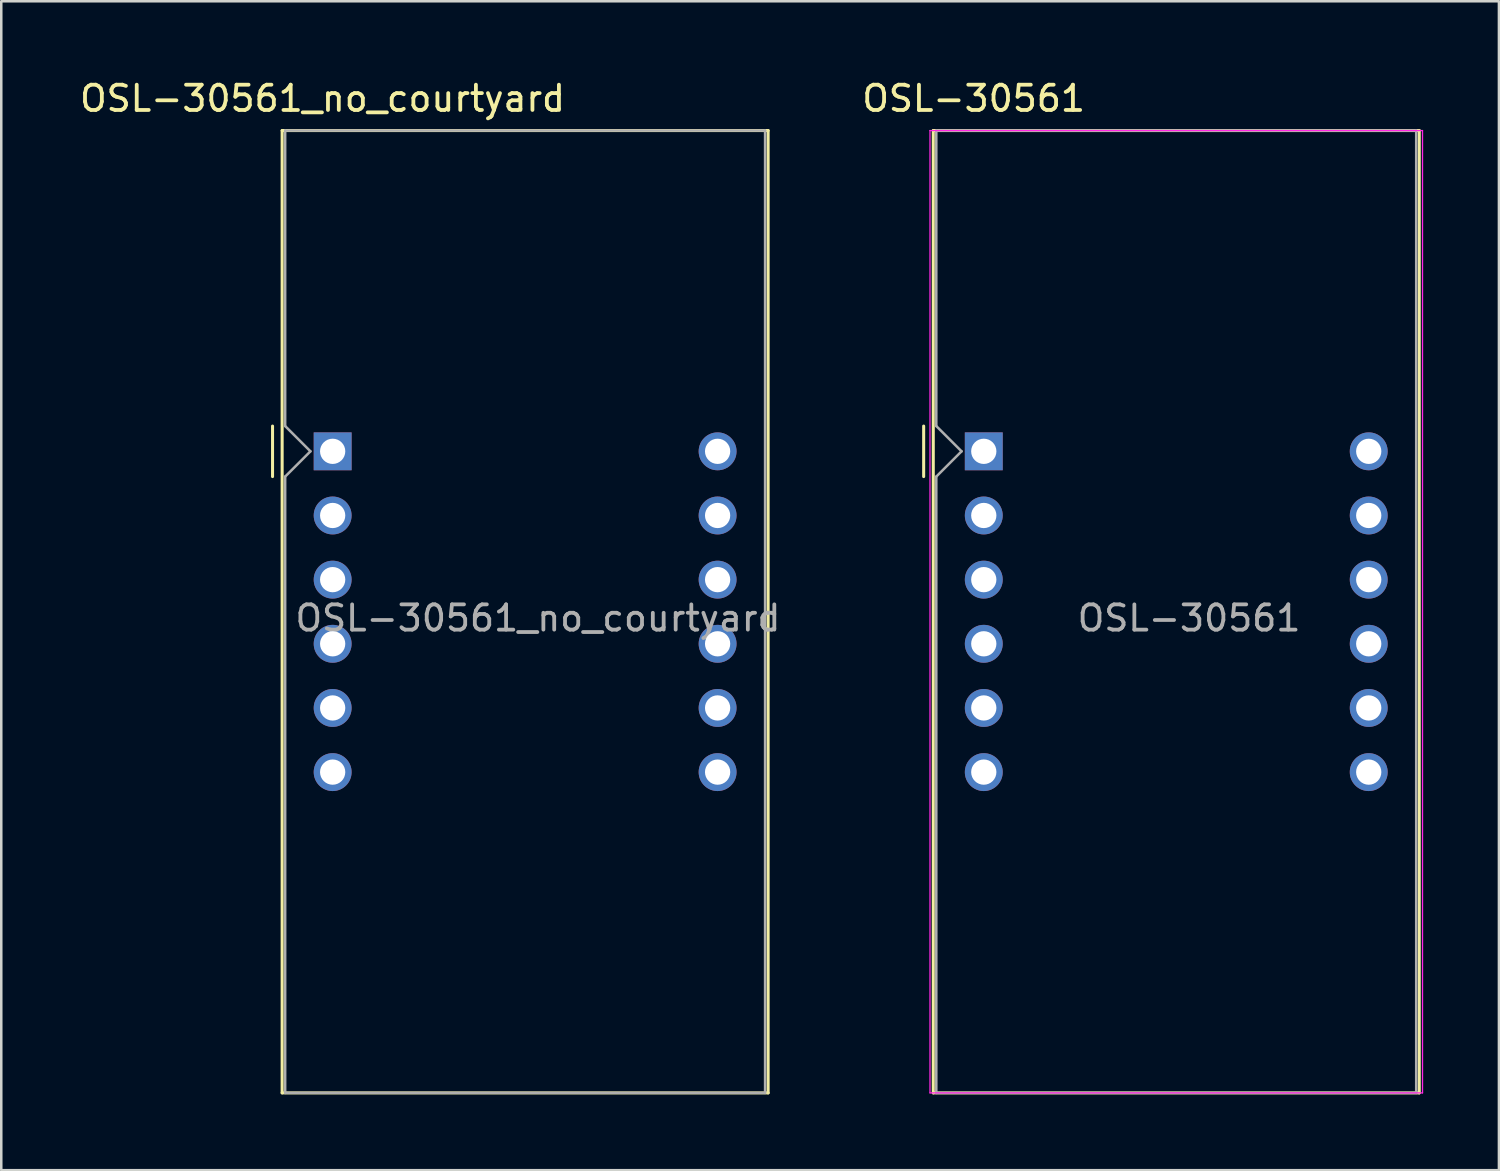
<source format=kicad_pcb>
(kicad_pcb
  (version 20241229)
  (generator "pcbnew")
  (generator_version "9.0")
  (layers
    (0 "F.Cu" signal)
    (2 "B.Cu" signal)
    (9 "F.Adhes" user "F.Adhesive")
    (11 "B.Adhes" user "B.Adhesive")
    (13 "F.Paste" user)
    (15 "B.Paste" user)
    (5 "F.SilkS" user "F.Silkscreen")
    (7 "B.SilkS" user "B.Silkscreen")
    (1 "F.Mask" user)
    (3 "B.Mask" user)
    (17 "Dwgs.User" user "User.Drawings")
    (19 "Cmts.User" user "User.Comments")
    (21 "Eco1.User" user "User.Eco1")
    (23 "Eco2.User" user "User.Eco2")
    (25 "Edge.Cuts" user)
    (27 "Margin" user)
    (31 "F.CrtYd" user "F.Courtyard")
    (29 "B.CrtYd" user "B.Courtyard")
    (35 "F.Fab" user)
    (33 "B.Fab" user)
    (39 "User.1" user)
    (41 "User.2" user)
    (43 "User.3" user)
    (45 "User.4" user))
  (footprint "OSL-30561_no_courtyard"
    (layer "F.Cu")
    (at 10.12 14.818)
    (property "Reference" "OSL-30561_no_courtyard" (at -0.4 -13.97 0) (layer "F.SilkS") (effects (font (size 1 1) (thickness 0.15))))
    (attr through_hole)
    (fp_line (start -2.38 -1) (end -2.38 1) (stroke (width 0.12) (type solid)) (layer "F.SilkS"))
    (fp_line (start -2 -12.7) (end -2 25.4) (stroke (width 0.12) (type solid)) (layer "F.SilkS"))
    (fp_line (start -2 -12.7) (end 17.24 -12.7) (stroke (width 0.12) (type solid)) (layer "F.SilkS"))
    (fp_line (start -2 25.4) (end 17.24 25.4) (stroke (width 0.12) (type solid)) (layer "F.SilkS"))
    (fp_line (start 17.24 25.4) (end 17.24 -12.7) (stroke (width 0.12) (type solid)) (layer "F.SilkS"))
    (fp_line (start -1.88 -12.7) (end 17.12 -12.7) (stroke (width 0.1) (type solid)) (layer "F.Fab"))
    (fp_line (start -1.88 -1) (end -1.88 -12.7) (stroke (width 0.1) (type solid)) (layer "F.Fab"))
    (fp_line (start -1.88 1) (end -1.88 25.4) (stroke (width 0.1) (type solid)) (layer "F.Fab"))
    (fp_line (start -1.88 1) (end -0.88 0) (stroke (width 0.1) (type solid)) (layer "F.Fab"))
    (fp_line (start -1.88 25.4) (end 17.12 25.4) (stroke (width 0.1) (type solid)) (layer "F.Fab"))
    (fp_line (start -0.88 0) (end -1.88 -1) (stroke (width 0.1) (type solid)) (layer "F.Fab"))
    (fp_line (start 17.12 -12.7) (end 17.12 25.4) (stroke (width 0.1) (type solid)) (layer "F.Fab"))
    (fp_text user "${REFERENCE}" (at 8.128 6.604 0) (layer "F.Fab") (effects (font (size 1 1) (thickness 0.15))))
    (pad "1" thru_hole rect (at 0 0) (size 1.5 1.5) (drill 1) (layers "*.Cu" "*.Mask"))
    (pad "2" thru_hole circle (at 0 2.54) (size 1.5 1.5) (drill 1) (layers "*.Cu" "*.Mask"))
    (pad "3" thru_hole circle (at 0 5.08) (size 1.5 1.5) (drill 1) (layers "*.Cu" "*.Mask"))
    (pad "4" thru_hole circle (at 0 7.62) (size 1.5 1.5) (drill 1) (layers "*.Cu" "*.Mask"))
    (pad "5" thru_hole circle (at 0 10.16) (size 1.5 1.5) (drill 1) (layers "*.Cu" "*.Mask"))
    (pad "6" thru_hole circle (at 0 12.7) (size 1.5 1.5) (drill 1) (layers "*.Cu" "*.Mask"))
    (pad "7" thru_hole circle (at 15.24 12.7) (size 1.5 1.5) (drill 1) (layers "*.Cu" "*.Mask"))
    (pad "8" thru_hole circle (at 15.24 10.16) (size 1.5 1.5) (drill 1) (layers "*.Cu" "*.Mask"))
    (pad "9" thru_hole circle (at 15.24 7.62) (size 1.5 1.5) (drill 1) (layers "*.Cu" "*.Mask"))
    (pad "10" thru_hole circle (at 15.24 5.08) (size 1.5 1.5) (drill 1) (layers "*.Cu" "*.Mask"))
    (pad "11" thru_hole circle (at 15.24 2.54) (size 1.5 1.5) (drill 1) (layers "*.Cu" "*.Mask"))
    (pad "12" thru_hole circle (at 15.24 0) (size 1.5 1.5) (drill 1) (layers "*.Cu" "*.Mask")))
  (footprint "OSL-30561"
    (layer "F.Cu")
    (at 35.898 14.818)
    (property "Reference" "OSL-30561" (at -0.4 -13.97 0) (layer "F.SilkS") (effects (font (size 1 1) (thickness 0.15))))
    (attr through_hole)
    (fp_line (start -2.38 -1) (end -2.38 1) (stroke (width 0.12) (type solid)) (layer "F.SilkS"))
    (fp_line (start -2 -12.7) (end -2 25.4) (stroke (width 0.12) (type solid)) (layer "F.SilkS"))
    (fp_line (start -2 -12.7) (end 17.24 -12.7) (stroke (width 0.12) (type solid)) (layer "F.SilkS"))
    (fp_line (start -2 25.4) (end 17.24 25.4) (stroke (width 0.12) (type solid)) (layer "F.SilkS"))
    (fp_line (start 17.24 25.4) (end 17.24 -12.7) (stroke (width 0.12) (type solid)) (layer "F.SilkS"))
    (fp_line (start -2.13 -12.7) (end 17.37 -12.7) (stroke (width 0.05) (type solid)) (layer "F.CrtYd"))
    (fp_line (start -2.13 25.4) (end -2.13 -12.7) (stroke (width 0.05) (type solid)) (layer "F.CrtYd"))
    (fp_line (start 17.37 -12.7) (end 17.37 25.4) (stroke (width 0.05) (type solid)) (layer "F.CrtYd"))
    (fp_line (start 17.37 25.4) (end -2.13 25.4) (stroke (width 0.05) (type solid)) (layer "F.CrtYd"))
    (fp_line (start -1.88 -12.7) (end 17.12 -12.7) (stroke (width 0.1) (type solid)) (layer "F.Fab"))
    (fp_line (start -1.88 -1) (end -1.88 -12.7) (stroke (width 0.1) (type solid)) (layer "F.Fab"))
    (fp_line (start -1.88 1) (end -1.88 25.4) (stroke (width 0.1) (type solid)) (layer "F.Fab"))
    (fp_line (start -1.88 1) (end -0.88 0) (stroke (width 0.1) (type solid)) (layer "F.Fab"))
    (fp_line (start -1.88 25.4) (end 17.12 25.4) (stroke (width 0.1) (type solid)) (layer "F.Fab"))
    (fp_line (start -0.88 0) (end -1.88 -1) (stroke (width 0.1) (type solid)) (layer "F.Fab"))
    (fp_line (start 17.12 -12.7) (end 17.12 25.4) (stroke (width 0.1) (type solid)) (layer "F.Fab"))
    (fp_text user "${REFERENCE}" (at 8.128 6.604 0) (layer "F.Fab") (effects (font (size 1 1) (thickness 0.15))))
    (pad "1" thru_hole rect (at 0 0) (size 1.5 1.5) (drill 1) (layers "*.Cu" "*.Mask"))
    (pad "2" thru_hole circle (at 0 2.54) (size 1.5 1.5) (drill 1) (layers "*.Cu" "*.Mask"))
    (pad "3" thru_hole circle (at 0 5.08) (size 1.5 1.5) (drill 1) (layers "*.Cu" "*.Mask"))
    (pad "4" thru_hole circle (at 0 7.62) (size 1.5 1.5) (drill 1) (layers "*.Cu" "*.Mask"))
    (pad "5" thru_hole circle (at 0 10.16) (size 1.5 1.5) (drill 1) (layers "*.Cu" "*.Mask"))
    (pad "6" thru_hole circle (at 0 12.7) (size 1.5 1.5) (drill 1) (layers "*.Cu" "*.Mask"))
    (pad "7" thru_hole circle (at 15.24 12.7) (size 1.5 1.5) (drill 1) (layers "*.Cu" "*.Mask"))
    (pad "8" thru_hole circle (at 15.24 10.16) (size 1.5 1.5) (drill 1) (layers "*.Cu" "*.Mask"))
    (pad "9" thru_hole circle (at 15.24 7.62) (size 1.5 1.5) (drill 1) (layers "*.Cu" "*.Mask"))
    (pad "10" thru_hole circle (at 15.24 5.08) (size 1.5 1.5) (drill 1) (layers "*.Cu" "*.Mask"))
    (pad "11" thru_hole circle (at 15.24 2.54) (size 1.5 1.5) (drill 1) (layers "*.Cu" "*.Mask"))
    (pad "12" thru_hole circle (at 15.24 0) (size 1.5 1.5) (drill 1) (layers "*.Cu" "*.Mask")))
  (gr_rect
    (start -3 -3)
    (end 56.293 43.278)
    (stroke (width 0.1) (type default))
    (fill no)
    (layer "Edge.Cuts")))
</source>
